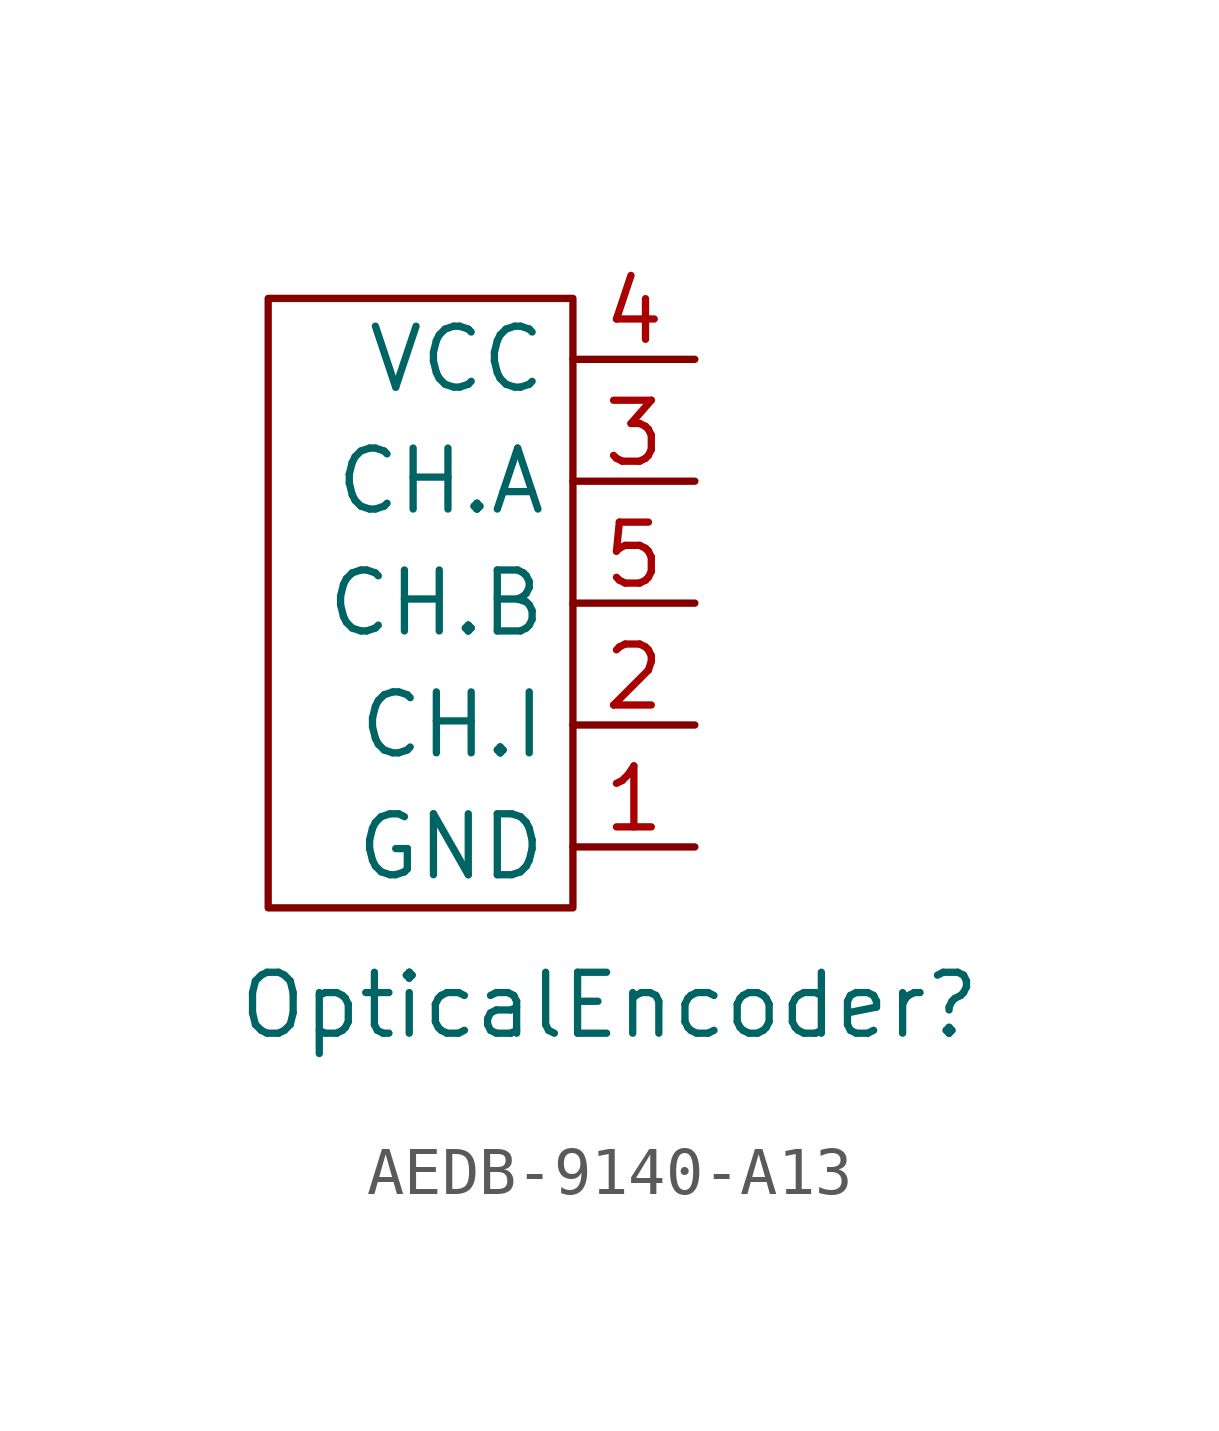
<source format=kicad_sym>
(kicad_symbol_lib
  (version 20231120)
  (generator "kicad_symbol_editor")
  (generator_version "8.0")
  (symbol "AEDB-9140-A13"
    (property "Reference" "OpticalEncoder"
      (at -1.778 -8.382 0)
      (effects (font (size 1.27 1.27))))
    (property "Value" ""
      (at -3.81 -6.35 0)
      (effects (font (size 1.27 1.27))))
    (symbol "AEDB-9140-A13_0_1"
      (rectangle (start -2.54 -6.35) (end -8.89 6.35) (stroke (width 0) (type default)) (fill (type none))))
    (symbol "AEDB-9140-A13_1_1"
      (pin input line (at 0 -5.08 180) (length 2.54) (name "GND" (effects (font (size 1.27 1.27)))) (number "1" (effects (font (size 1.27 1.27)))))
      (pin output line (at 0 -2.54 180) (length 2.54) (name "CH.I" (effects (font (size 1.27 1.27)))) (number "2" (effects (font (size 1.27 1.27)))))
      (pin output line (at 0 2.54 180) (length 2.54) (name "CH.A" (effects (font (size 1.27 1.27)))) (number "3" (effects (font (size 1.27 1.27)))))
      (pin input line (at 0 5.08 180) (length 2.54) (name "VCC" (effects (font (size 1.27 1.27)))) (number "4" (effects (font (size 1.27 1.27)))))
      (pin input line (at 0 0 180) (length 2.54) (name "CH.B" (effects (font (size 1.27 1.27)))) (number "5" (effects (font (size 1.27 1.27))))))))
</source>
